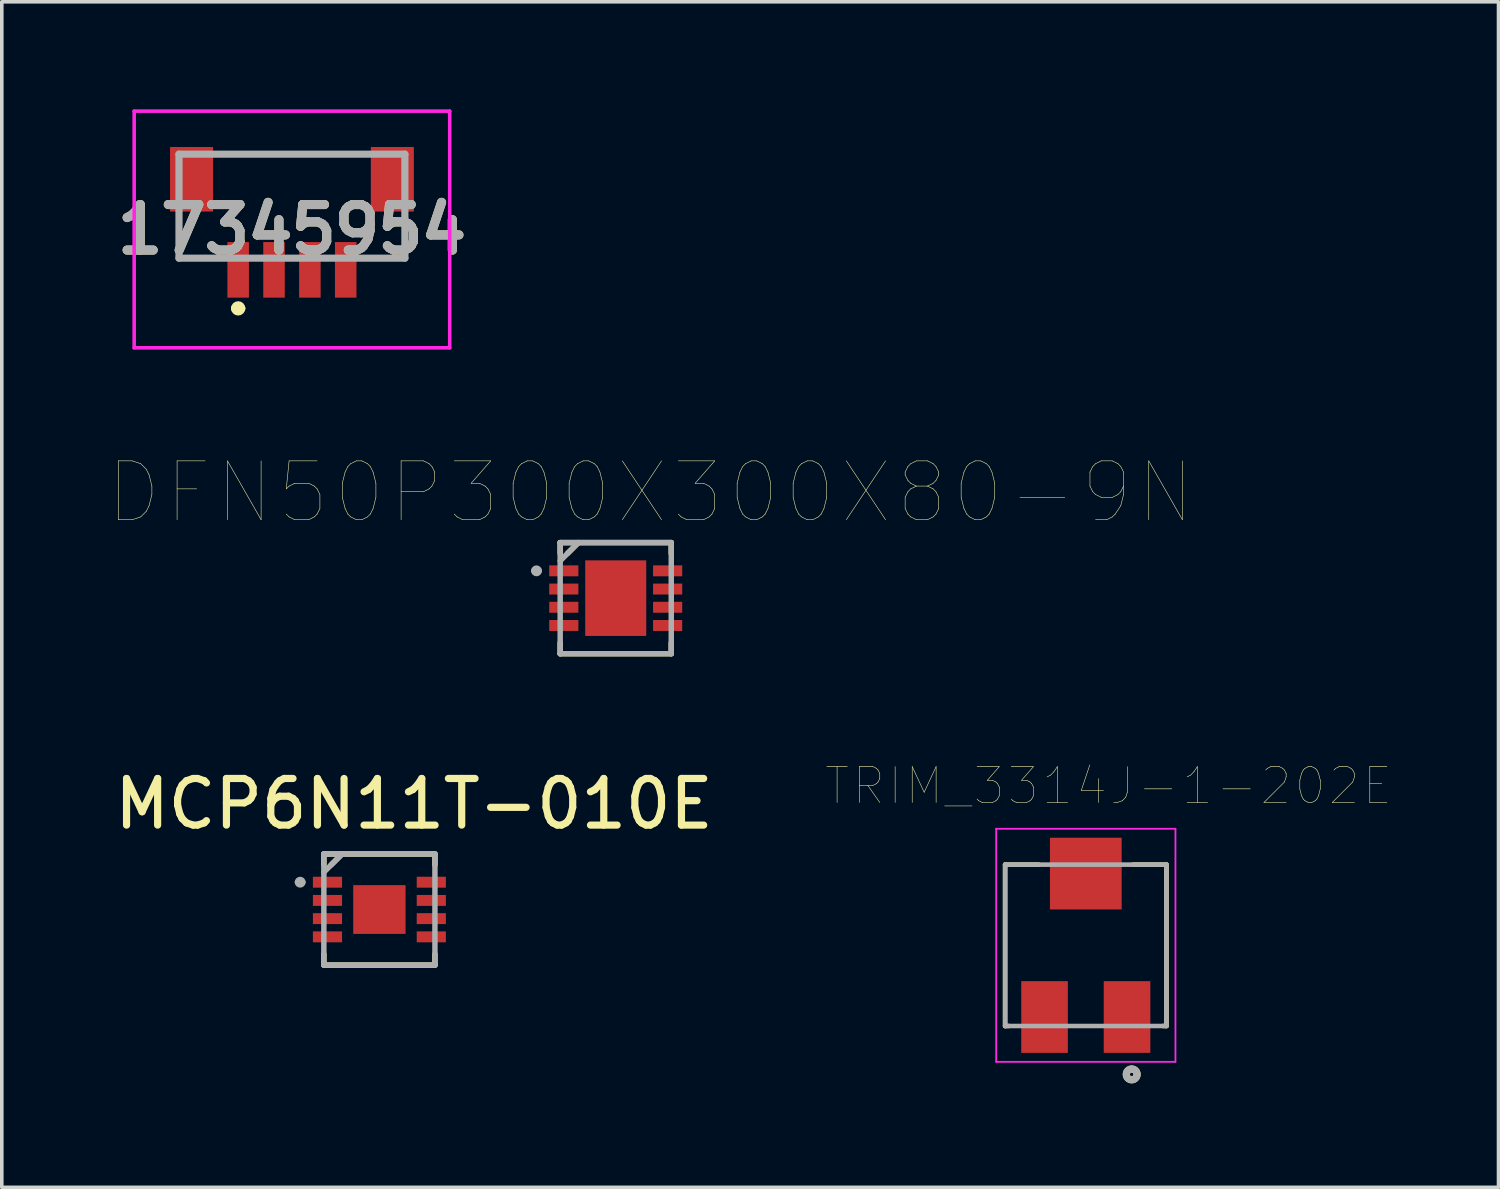
<source format=kicad_pcb>
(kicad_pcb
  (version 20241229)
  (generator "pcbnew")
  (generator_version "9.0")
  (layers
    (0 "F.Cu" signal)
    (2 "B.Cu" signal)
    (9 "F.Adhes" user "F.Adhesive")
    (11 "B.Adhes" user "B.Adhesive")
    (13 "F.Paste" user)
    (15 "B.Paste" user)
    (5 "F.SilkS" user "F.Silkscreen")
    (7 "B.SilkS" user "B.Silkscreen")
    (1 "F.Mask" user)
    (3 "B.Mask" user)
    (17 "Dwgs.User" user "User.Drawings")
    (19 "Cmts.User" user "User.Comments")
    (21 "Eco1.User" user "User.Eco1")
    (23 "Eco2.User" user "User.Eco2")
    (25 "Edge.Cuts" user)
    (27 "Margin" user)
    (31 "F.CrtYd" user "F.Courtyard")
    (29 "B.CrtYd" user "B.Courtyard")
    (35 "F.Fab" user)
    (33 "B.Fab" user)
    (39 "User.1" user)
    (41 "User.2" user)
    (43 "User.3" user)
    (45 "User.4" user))
  (footprint "DFN50P300X300X80-9N"
    (layer "F.Cu")
    (at 14.122 13.632)
    (property "Reference" "DFN50P300X300X80-9N" (at 0.965 -2.946 0) (layer "F.SilkS") (effects (font (size 1.64 1.64) (thickness 0.015))))
    (attr through_hole)
    (fp_line (start -1.549 -1.549) (end -1.549 -1.245) (stroke (width 0.152) (type solid)) (layer "F.SilkS"))
    (fp_line (start -1.549 1.245) (end -1.549 1.549) (stroke (width 0.152) (type solid)) (layer "F.SilkS"))
    (fp_line (start -1.549 1.549) (end 1.549 1.549) (stroke (width 0.152) (type solid)) (layer "F.SilkS"))
    (fp_line (start -1.041 -1.549) (end -1.346 -1.245) (stroke (width 0.152) (type solid)) (layer "F.SilkS"))
    (fp_line (start 1.549 -1.549) (end -1.549 -1.549) (stroke (width 0.152) (type solid)) (layer "F.SilkS"))
    (fp_line (start 1.549 -1.245) (end 1.549 -1.549) (stroke (width 0.152) (type solid)) (layer "F.SilkS"))
    (fp_line (start 1.549 1.549) (end 1.549 1.245) (stroke (width 0.152) (type solid)) (layer "F.SilkS"))
    (fp_arc (start -2.184399 -0.6858) (mid -2.265676 -0.7493) (end -2.1844 -0.8128) (stroke (width 0.1) (type solid)) (layer "F.SilkS"))
    (fp_line (start -1.549 -1.549) (end -1.549 1.549) (stroke (width 0.152) (type solid)) (layer "F.Fab"))
    (fp_line (start -1.549 1.549) (end 1.549 1.549) (stroke (width 0.152) (type solid)) (layer "F.Fab"))
    (fp_line (start -1.041 -1.549) (end -1.549 -1.041) (stroke (width 0.152) (type solid)) (layer "F.Fab"))
    (fp_line (start 1.549 -1.549) (end -1.549 -1.549) (stroke (width 0.152) (type solid)) (layer "F.Fab"))
    (fp_line (start 1.549 1.549) (end 1.549 -1.549) (stroke (width 0.152) (type solid)) (layer "F.Fab"))
    (fp_arc (start -2.286 -0.762) (mid -2.2098 -0.8382) (end -2.1336 -0.762) (stroke (width 0.1524) (type solid)) (layer "F.Fab"))
    (fp_arc (start -2.1336 -0.762) (mid -2.2098 -0.6858) (end -2.286 -0.762) (stroke (width 0.1524) (type solid)) (layer "F.Fab"))
    (pad "1" smd rect (at -1.448 -0.762) (size 0.813 0.305) (layers "F.Cu" "F.Mask" "F.Paste"))
    (pad "2" smd rect (at -1.448 -0.254) (size 0.813 0.305) (layers "F.Cu" "F.Mask" "F.Paste"))
    (pad "3" smd rect (at -1.448 0.254) (size 0.813 0.305) (layers "F.Cu" "F.Mask" "F.Paste"))
    (pad "4" smd rect (at -1.448 0.762) (size 0.813 0.305) (layers "F.Cu" "F.Mask" "F.Paste"))
    (pad "5" smd rect (at 1.448 0.762) (size 0.813 0.305) (layers "F.Cu" "F.Mask" "F.Paste"))
    (pad "6" smd rect (at 1.448 0.254) (size 0.813 0.305) (layers "F.Cu" "F.Mask" "F.Paste"))
    (pad "7" smd rect (at 1.448 -0.254) (size 0.813 0.305) (layers "F.Cu" "F.Mask" "F.Paste"))
    (pad "8" smd rect (at 1.448 -0.762) (size 0.813 0.305) (layers "F.Cu" "F.Mask" "F.Paste"))
    (pad "9" smd rect (at 0 0) (size 1.702 2.108) (layers "F.Cu" "F.Mask" "F.Paste")))
  (footprint "TRIM_3314J-1-202E"
    (layer "F.Cu")
    (at 27.232 23.314)
    (property "Reference" "TRIM_3314J-1-202E" (at 0.635 -4.445 0) (layer "F.SilkS") (effects (font (size 1 1) (thickness 0.015))))
    (attr through_hole)
    (fp_line (start -2.25 -2.25) (end -2.25 2.25) (stroke (width 0.127) (type solid)) (layer "F.SilkS"))
    (fp_line (start -2.25 2.25) (end -2.15 2.25) (stroke (width 0.127) (type solid)) (layer "F.SilkS"))
    (fp_line (start -1.315 -2.25) (end -2.25 -2.25) (stroke (width 0.127) (type solid)) (layer "F.SilkS"))
    (fp_line (start 2.15 2.25) (end 2.25 2.25) (stroke (width 0.127) (type solid)) (layer "F.SilkS"))
    (fp_line (start 2.25 -2.25) (end 1.315 -2.25) (stroke (width 0.127) (type solid)) (layer "F.SilkS"))
    (fp_line (start 2.25 2.25) (end 2.25 -2.25) (stroke (width 0.127) (type solid)) (layer "F.SilkS"))
    (fp_circle (center 1.28 3.6) (end 1.33 3.6) (stroke (width 0.2) (type solid)) (fill no) (layer "F.SilkS"))
    (fp_line (start -2.5 -3.25) (end 2.5 -3.25) (stroke (width 0.05) (type solid)) (layer "F.CrtYd"))
    (fp_line (start -2.5 3.25) (end -2.5 -3.25) (stroke (width 0.05) (type solid)) (layer "F.CrtYd"))
    (fp_line (start 2.5 -3.25) (end 2.5 3.25) (stroke (width 0.05) (type solid)) (layer "F.CrtYd"))
    (fp_line (start 2.5 3.25) (end -2.5 3.25) (stroke (width 0.05) (type solid)) (layer "F.CrtYd"))
    (fp_line (start -2.25 -2.25) (end 2.25 -2.25) (stroke (width 0.127) (type solid)) (layer "F.Fab"))
    (fp_line (start -2.25 2.25) (end -2.25 -2.25) (stroke (width 0.127) (type solid)) (layer "F.Fab"))
    (fp_line (start 2.25 -2.25) (end 2.25 2.25) (stroke (width 0.127) (type solid)) (layer "F.Fab"))
    (fp_line (start 2.25 2.25) (end -2.25 2.25) (stroke (width 0.127) (type solid)) (layer "F.Fab"))
    (fp_circle (center 1.28 3.6) (end 1.33 3.6) (stroke (width 0.2) (type solid)) (fill no) (layer "F.Fab"))
    (pad "1" smd rect (at 1.15 2) (size 1.3 2) (layers "F.Cu" "F.Mask" "F.Paste"))
    (pad "2" smd rect (at 0 -2) (size 2 2) (layers "F.Cu" "F.Mask" "F.Paste"))
    (pad "3" smd rect (at -1.15 2) (size 1.3 2) (layers "F.Cu" "F.Mask" "F.Paste")))
  (footprint "MCP6N11T-010E"
    (layer "F.Cu")
    (at 7.531 22.316)
    (property "Reference" "MCP6N11T-010E" (at 0.965 -2.946 0) (layer "F.SilkS") (effects (font (size 1.3 1.3) (thickness 0.2))))
    (attr through_hole)
    (fp_line (start -1.549 -1.549) (end -1.549 -1.245) (stroke (width 0.152) (type solid)) (layer "F.SilkS"))
    (fp_line (start -1.549 1.245) (end -1.549 1.549) (stroke (width 0.152) (type solid)) (layer "F.SilkS"))
    (fp_line (start -1.549 1.549) (end 1.549 1.549) (stroke (width 0.152) (type solid)) (layer "F.SilkS"))
    (fp_line (start -1.041 -1.549) (end -1.346 -1.245) (stroke (width 0.152) (type solid)) (layer "F.SilkS"))
    (fp_line (start 1.549 -1.549) (end -1.549 -1.549) (stroke (width 0.152) (type solid)) (layer "F.SilkS"))
    (fp_line (start 1.549 -1.245) (end 1.549 -1.549) (stroke (width 0.152) (type solid)) (layer "F.SilkS"))
    (fp_line (start 1.549 1.549) (end 1.549 1.245) (stroke (width 0.152) (type solid)) (layer "F.SilkS"))
    (fp_arc (start -2.184399 -0.6858) (mid -2.265676 -0.7493) (end -2.1844 -0.8128) (stroke (width 0.1) (type solid)) (layer "F.SilkS"))
    (fp_line (start -1.549 -1.549) (end -1.549 1.549) (stroke (width 0.152) (type solid)) (layer "F.Fab"))
    (fp_line (start -1.549 1.549) (end 1.549 1.549) (stroke (width 0.152) (type solid)) (layer "F.Fab"))
    (fp_line (start -1.041 -1.549) (end -1.549 -1.041) (stroke (width 0.152) (type solid)) (layer "F.Fab"))
    (fp_line (start 1.549 -1.549) (end -1.549 -1.549) (stroke (width 0.152) (type solid)) (layer "F.Fab"))
    (fp_line (start 1.549 1.549) (end 1.549 -1.549) (stroke (width 0.152) (type solid)) (layer "F.Fab"))
    (fp_arc (start -2.286 -0.762) (mid -2.2098 -0.8382) (end -2.1336 -0.762) (stroke (width 0.1524) (type solid)) (layer "F.Fab"))
    (fp_arc (start -2.1336 -0.762) (mid -2.2098 -0.6858) (end -2.286 -0.762) (stroke (width 0.1524) (type solid)) (layer "F.Fab"))
    (pad "1" smd rect (at -1.448 -0.762) (size 0.813 0.305) (layers "F.Cu" "F.Mask" "F.Paste"))
    (pad "2" smd rect (at -1.448 -0.254) (size 0.813 0.305) (layers "F.Cu" "F.Mask" "F.Paste"))
    (pad "3" smd rect (at -1.448 0.254) (size 0.813 0.305) (layers "F.Cu" "F.Mask" "F.Paste"))
    (pad "4" smd rect (at -1.448 0.762) (size 0.813 0.305) (layers "F.Cu" "F.Mask" "F.Paste"))
    (pad "5" smd rect (at 1.448 0.762) (size 0.813 0.305) (layers "F.Cu" "F.Mask" "F.Paste"))
    (pad "6" smd rect (at 1.448 0.254) (size 0.813 0.305) (layers "F.Cu" "F.Mask" "F.Paste"))
    (pad "7" smd rect (at 1.448 -0.254) (size 0.813 0.305) (layers "F.Cu" "F.Mask" "F.Paste"))
    (pad "8" smd rect (at 1.448 -0.762) (size 0.813 0.305) (layers "F.Cu" "F.Mask" "F.Paste"))
    (pad "9" smd rect (at 0 0) (size 1.46 1.36) (layers "F.Cu" "F.Mask" "F.Paste")))
  (footprint "17345954"
    (layer "F.Cu")
    (at 5.092 3.45)
    (property "Reference" "17345954" (at 0 -0.1 0) (layer "F.SilkS") (effects (font (size 1.27 1.27) (thickness 0.254))))
    (attr smd)
    (fp_line (start -3.15 -0.2) (end -3.15 0.7) (stroke (width 0.1) (type solid)) (layer "F.SilkS"))
    (fp_line (start -3.15 0.7) (end -2 0.7) (stroke (width 0.1) (type solid)) (layer "F.SilkS"))
    (fp_line (start -2 -2.2) (end 2 -2.2) (stroke (width 0.1) (type solid)) (layer "F.SilkS"))
    (fp_line (start -1.6 2.1) (end -1.6 2.1) (stroke (width 0.2) (type solid)) (layer "F.SilkS"))
    (fp_line (start -1.4 2.1) (end -1.4 2.1) (stroke (width 0.2) (type solid)) (layer "F.SilkS"))
    (fp_line (start 2 0.7) (end 3.15 0.7) (stroke (width 0.1) (type solid)) (layer "F.SilkS"))
    (fp_line (start 3.15 0.7) (end 3.15 -0.2) (stroke (width 0.1) (type solid)) (layer "F.SilkS"))
    (fp_arc (start -1.6 2.1) (mid -1.5 2) (end -1.4 2.1) (stroke (width 0.2) (type solid)) (layer "F.SilkS"))
    (fp_arc (start -1.4 2.1) (mid -1.5 2.2) (end -1.6 2.1) (stroke (width 0.2) (type solid)) (layer "F.SilkS"))
    (fp_line (start -4.4 -3.4) (end 4.4 -3.4) (stroke (width 0.1) (type solid)) (layer "F.CrtYd"))
    (fp_line (start -4.4 3.2) (end -4.4 -3.4) (stroke (width 0.1) (type solid)) (layer "F.CrtYd"))
    (fp_line (start 4.4 -3.4) (end 4.4 3.2) (stroke (width 0.1) (type solid)) (layer "F.CrtYd"))
    (fp_line (start 4.4 3.2) (end -4.4 3.2) (stroke (width 0.1) (type solid)) (layer "F.CrtYd"))
    (fp_line (start -3.15 -2.2) (end 3.15 -2.2) (stroke (width 0.2) (type solid)) (layer "F.Fab"))
    (fp_line (start -3.15 0.7) (end -3.15 -2.2) (stroke (width 0.2) (type solid)) (layer "F.Fab"))
    (fp_line (start 3.15 -2.2) (end 3.15 0.7) (stroke (width 0.2) (type solid)) (layer "F.Fab"))
    (fp_line (start 3.15 0.7) (end -3.15 0.7) (stroke (width 0.2) (type solid)) (layer "F.Fab"))
    (fp_text user "${REFERENCE}" (at 0 -0.1 0) (layer "F.Fab") (effects (font (size 1.27 1.27) (thickness 0.254))))
    (pad "1" smd rect (at -1.5 1.026) (size 0.6 1.55) (layers "F.Cu" "F.Mask" "F.Paste"))
    (pad "2" smd rect (at -0.5 1.026) (size 0.6 1.55) (layers "F.Cu" "F.Mask" "F.Paste"))
    (pad "3" smd rect (at 0.5 1.026) (size 0.6 1.55) (layers "F.Cu" "F.Mask" "F.Paste"))
    (pad "4" smd rect (at 1.5 1.026) (size 0.6 1.55) (layers "F.Cu" "F.Mask" "F.Paste"))
    (pad "5" smd rect (at -2.8 -1.5) (size 1.2 1.8) (layers "F.Cu" "F.Mask" "F.Paste"))
    (pad "6" smd rect (at 2.8 -1.5) (size 1.2 1.8) (layers "F.Cu" "F.Mask" "F.Paste")))
  (gr_rect
    (start -3 -3)
    (end 38.742 30.064)
    (stroke (width 0.1) (type default))
    (fill no)
    (layer "Edge.Cuts")))
</source>
